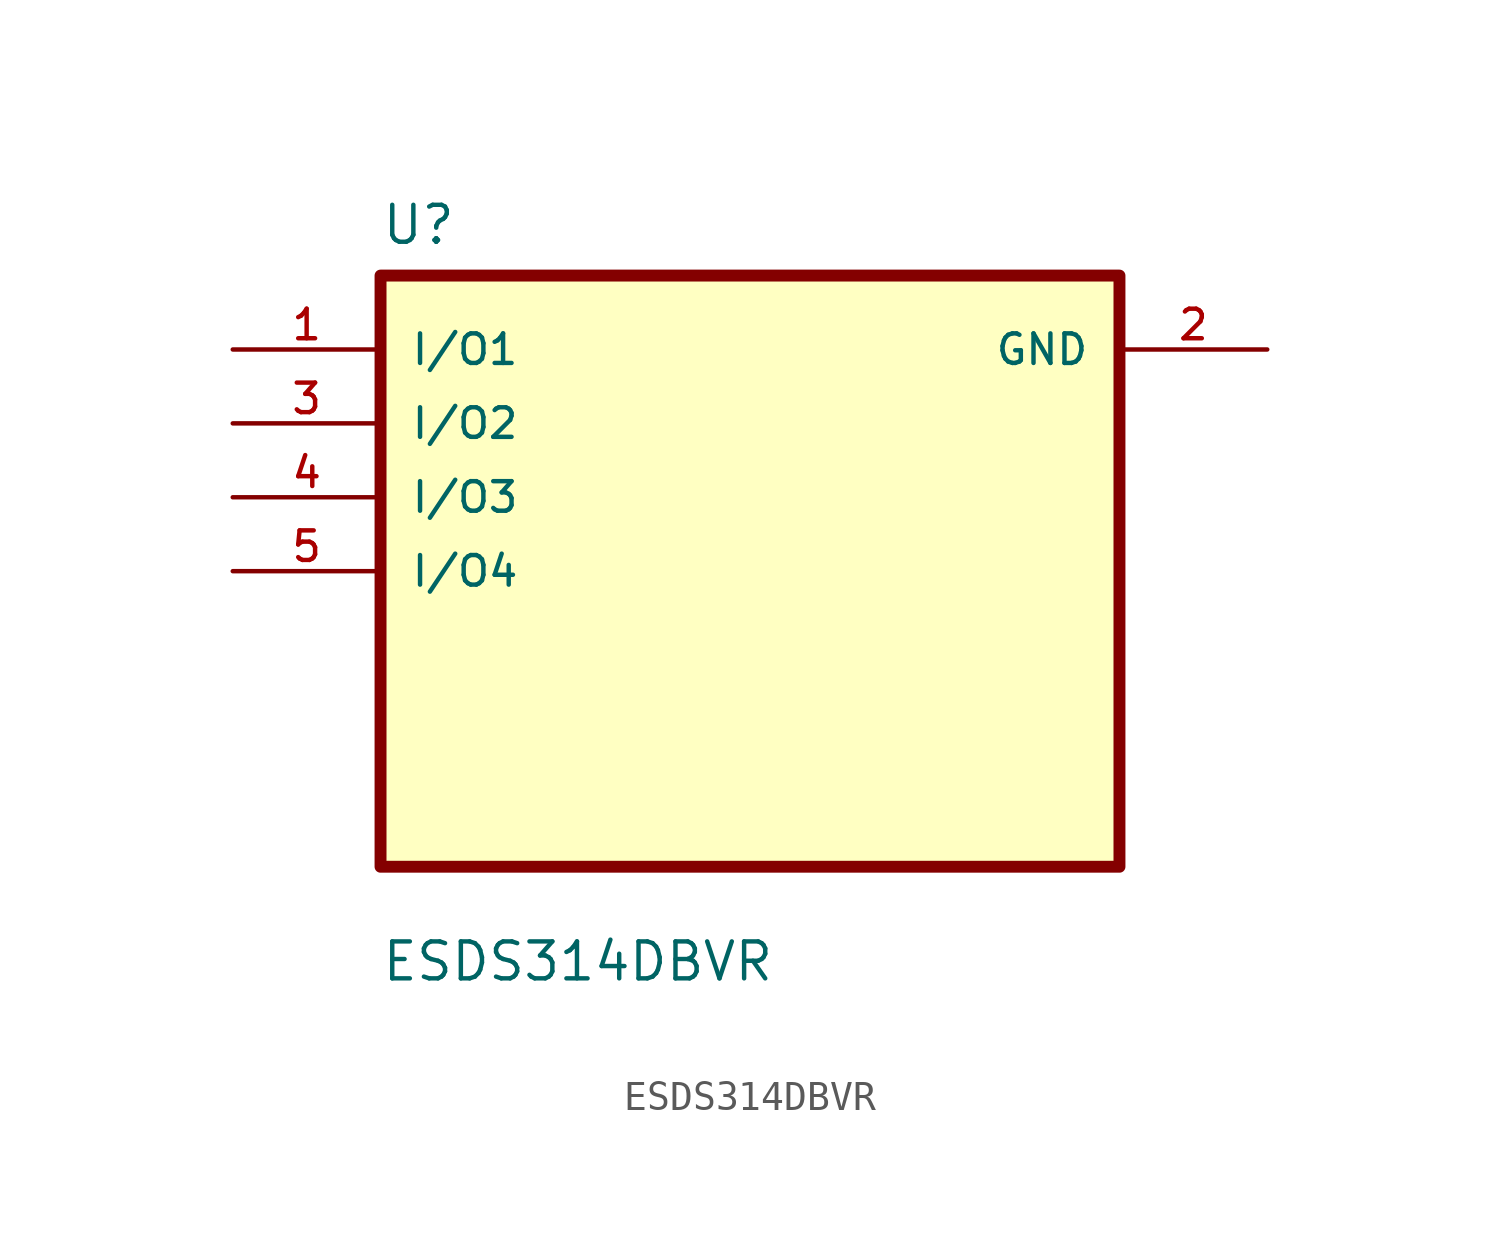
<source format=kicad_sym>
(kicad_symbol_lib
  (version 20211014)
  (generator kicad_symbol_editor)
  (symbol "ESDS314DBVR"
    (pin_names
      (offset 1.016))
    (property "Reference" "U"
      (at -12.7 11.16 0.0)
      (effects (font (size 1.27 1.27)) (justify bottom left)))
    (property "Value" "ESDS314DBVR"
      (at -12.7 -14.16 0.0)
      (effects (font (size 1.27 1.27)) (justify bottom left)))
    (symbol "ESDS314DBVR_0_0"
      (rectangle (start -12.7 -10.16) (end 12.7 10.16) (stroke (width 0.41)) (fill (type background)))
      (pin bidirectional line (at -17.78 7.62 0) (length 5.08) (name "I/O1" (effects (font (size 1.016 1.016)))) (number "1" (effects (font (size 1.016 1.016)))))
      (pin bidirectional line (at -17.78 5.08 0) (length 5.08) (name "I/O2" (effects (font (size 1.016 1.016)))) (number "3" (effects (font (size 1.016 1.016)))))
      (pin bidirectional line (at -17.78 2.54 0) (length 5.08) (name "I/O3" (effects (font (size 1.016 1.016)))) (number "4" (effects (font (size 1.016 1.016)))))
      (pin bidirectional line (at -17.78 0.0 0) (length 5.08) (name "I/O4" (effects (font (size 1.016 1.016)))) (number "5" (effects (font (size 1.016 1.016)))))
      (pin power_in line (at 17.78 7.62 180.0) (length 5.08) (name "GND" (effects (font (size 1.016 1.016)))) (number "2" (effects (font (size 1.016 1.016))))))))
</source>
